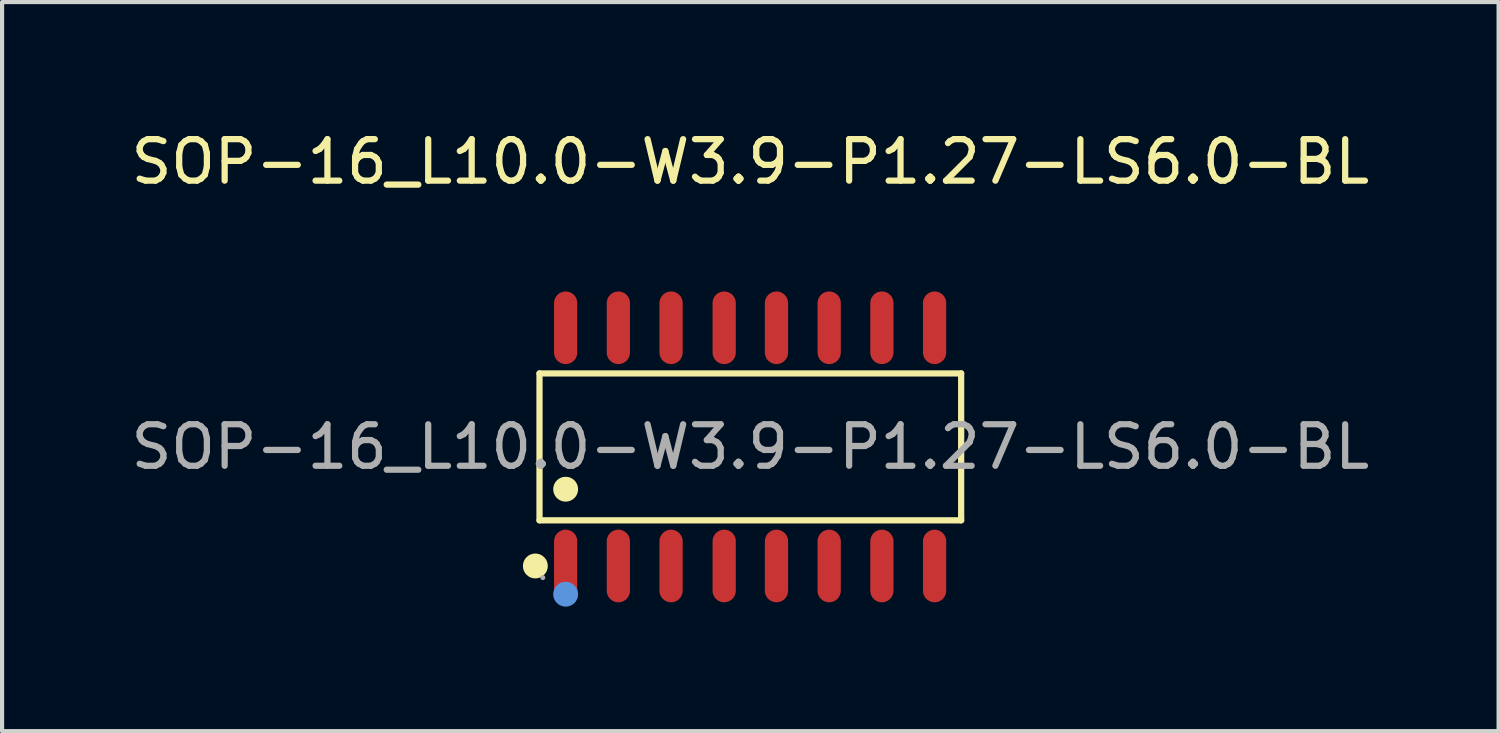
<source format=kicad_pcb>
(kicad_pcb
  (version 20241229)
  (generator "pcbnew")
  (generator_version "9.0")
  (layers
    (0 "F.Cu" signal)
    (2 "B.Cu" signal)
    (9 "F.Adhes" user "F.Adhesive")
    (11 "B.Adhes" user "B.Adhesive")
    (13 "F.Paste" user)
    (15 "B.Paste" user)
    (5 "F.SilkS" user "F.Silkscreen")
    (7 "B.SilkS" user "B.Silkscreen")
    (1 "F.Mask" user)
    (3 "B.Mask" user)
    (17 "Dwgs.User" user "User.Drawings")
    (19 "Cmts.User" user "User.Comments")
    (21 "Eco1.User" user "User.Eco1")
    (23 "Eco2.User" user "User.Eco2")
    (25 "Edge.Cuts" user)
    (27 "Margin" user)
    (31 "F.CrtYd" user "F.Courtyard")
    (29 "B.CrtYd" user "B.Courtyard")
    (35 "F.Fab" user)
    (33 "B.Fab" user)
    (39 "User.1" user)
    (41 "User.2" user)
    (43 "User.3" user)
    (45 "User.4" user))
  (footprint "SOP-16_L10.0-W3.9-P1.27-LS6.0-BL"
    (layer "F.Cu")
    (at 15.03 7.718)
    (property "Reference" "SOP-16_L10.0-W3.9-P1.27-LS6.0-BL" (at 0 -6.87 0) (layer "F.SilkS") (effects (font (size 1 1) (thickness 0.15))))
    (attr smd)
    (fp_line (start -5.08 -1.77) (end 5.08 -1.77) (stroke (width 0.15) (type solid)) (layer "F.SilkS"))
    (fp_line (start -5.08 1.77) (end -5.08 -1.77) (stroke (width 0.15) (type solid)) (layer "F.SilkS"))
    (fp_line (start 5.08 -1.77) (end 5.08 1.77) (stroke (width 0.15) (type solid)) (layer "F.SilkS"))
    (fp_line (start 5.08 1.77) (end -5.08 1.77) (stroke (width 0.15) (type solid)) (layer "F.SilkS"))
    (fp_circle (center -5.18 2.87) (end -5.03 2.87) (stroke (width 0.3) (type solid)) (fill no) (layer "F.SilkS"))
    (fp_circle (center -4.45 1.02) (end -4.3 1.02) (stroke (width 0.3) (type solid)) (fill no) (layer "F.SilkS"))
    (fp_circle (center -4.45 3.55) (end -4.3 3.55) (stroke (width 0.3) (type solid)) (fill no) (layer "Cmts.User"))
    (fp_circle (center -5 3.15) (end -4.97 3.15) (stroke (width 0.06) (type solid)) (fill no) (layer "F.Fab"))
    (fp_text user "${REFERENCE}" (at 0 0 0) (layer "F.Fab") (effects (font (size 1 1) (thickness 0.15))))
    (pad "1" smd oval (at -4.45 2.87) (size 0.56 1.75) (layers "F.Cu" "F.Mask" "F.Paste"))
    (pad "2" smd oval (at -3.18 2.87) (size 0.56 1.75) (layers "F.Cu" "F.Mask" "F.Paste"))
    (pad "3" smd oval (at -1.91 2.87) (size 0.56 1.75) (layers "F.Cu" "F.Mask" "F.Paste"))
    (pad "4" smd oval (at -0.63 2.87) (size 0.56 1.75) (layers "F.Cu" "F.Mask" "F.Paste"))
    (pad "5" smd oval (at 0.63 2.87) (size 0.56 1.75) (layers "F.Cu" "F.Mask" "F.Paste"))
    (pad "6" smd oval (at 1.9 2.87) (size 0.56 1.75) (layers "F.Cu" "F.Mask" "F.Paste"))
    (pad "7" smd oval (at 3.17 2.87) (size 0.56 1.75) (layers "F.Cu" "F.Mask" "F.Paste"))
    (pad "8" smd oval (at 4.44 2.87) (size 0.56 1.75) (layers "F.Cu" "F.Mask" "F.Paste"))
    (pad "9" smd oval (at 4.44 -2.87) (size 0.56 1.75) (layers "F.Cu" "F.Mask" "F.Paste"))
    (pad "10" smd oval (at 3.17 -2.87) (size 0.56 1.75) (layers "F.Cu" "F.Mask" "F.Paste"))
    (pad "11" smd oval (at 1.9 -2.87) (size 0.56 1.75) (layers "F.Cu" "F.Mask" "F.Paste"))
    (pad "12" smd oval (at 0.63 -2.87) (size 0.56 1.75) (layers "F.Cu" "F.Mask" "F.Paste"))
    (pad "13" smd oval (at -0.63 -2.87) (size 0.56 1.75) (layers "F.Cu" "F.Mask" "F.Paste"))
    (pad "14" smd oval (at -1.91 -2.87) (size 0.56 1.75) (layers "F.Cu" "F.Mask" "F.Paste"))
    (pad "15" smd oval (at -3.18 -2.87) (size 0.56 1.75) (layers "F.Cu" "F.Mask" "F.Paste"))
    (pad "16" smd oval (at -4.45 -2.87) (size 0.56 1.75) (layers "F.Cu" "F.Mask" "F.Paste")))
  (gr_rect
    (start -3 -3)
    (end 33.06 14.568)
    (stroke (width 0.1) (type default))
    (fill no)
    (layer "Edge.Cuts")))
</source>
